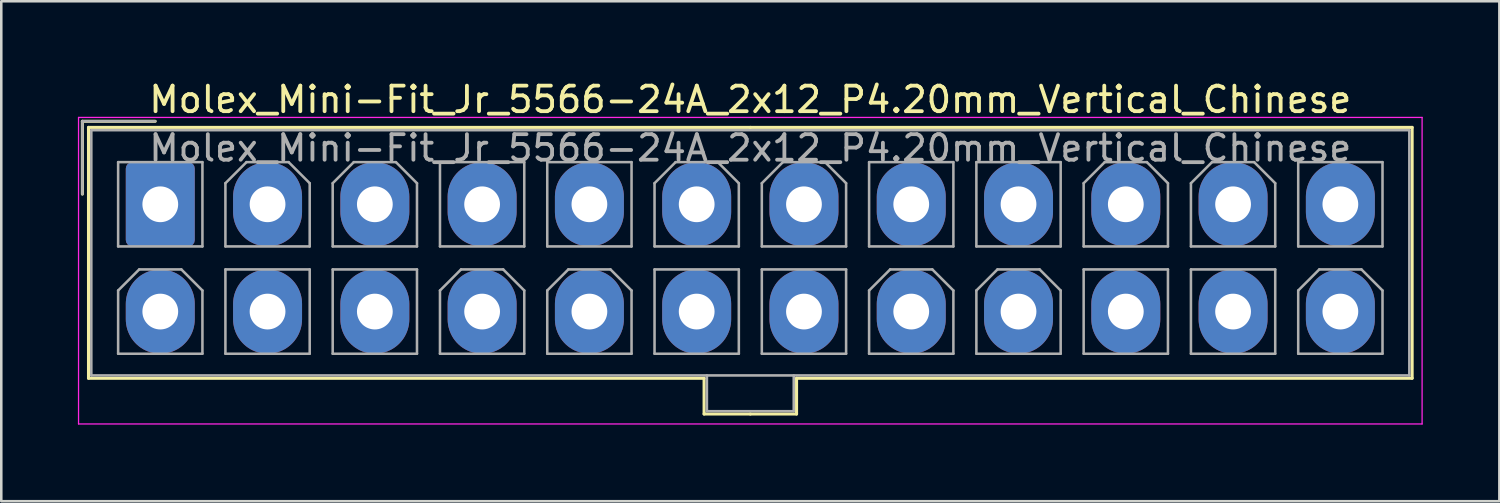
<source format=kicad_pcb>
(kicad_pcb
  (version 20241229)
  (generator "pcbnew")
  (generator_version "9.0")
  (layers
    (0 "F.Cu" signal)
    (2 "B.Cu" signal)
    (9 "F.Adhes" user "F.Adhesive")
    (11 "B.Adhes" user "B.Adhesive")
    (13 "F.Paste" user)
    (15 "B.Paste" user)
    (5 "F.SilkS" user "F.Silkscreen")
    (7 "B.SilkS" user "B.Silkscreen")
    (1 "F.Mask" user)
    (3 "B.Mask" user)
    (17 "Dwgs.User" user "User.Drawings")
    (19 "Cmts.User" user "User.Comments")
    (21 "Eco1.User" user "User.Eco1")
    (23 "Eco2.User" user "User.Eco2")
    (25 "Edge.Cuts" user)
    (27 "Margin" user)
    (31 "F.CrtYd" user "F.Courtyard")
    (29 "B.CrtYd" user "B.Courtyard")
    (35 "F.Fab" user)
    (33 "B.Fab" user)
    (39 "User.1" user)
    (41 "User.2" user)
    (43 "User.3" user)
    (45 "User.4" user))
  (footprint "Molex_Mini-Fit_Jr_5566-24A_2x12_P4.20mm_Vertical_Chinese"
    (layer "F.Cu")
    (at 3.225 4.298)
    (property "Reference" "Molex_Mini-Fit_Jr_5566-24A_2x12_P4.20mm_Vertical_Chinese" (at 23.1 -3.45 0) (layer "F.SilkS") (effects (font (size 1 1) (thickness 0.15))))
    (attr through_hole)
    (fp_line (start -3.05 -2.6) (end -3.05 0.25) (stroke (width 0.12) (type solid)) (layer "F.SilkS"))
    (fp_line (start -2.81 -2.36) (end -2.81 7.46) (stroke (width 0.12) (type solid)) (layer "F.SilkS"))
    (fp_line (start -2.81 7.46) (end 21.29 7.46) (stroke (width 0.12) (type solid)) (layer "F.SilkS"))
    (fp_line (start -0.2 -2.6) (end -3.05 -2.6) (stroke (width 0.12) (type solid)) (layer "F.SilkS"))
    (fp_line (start 21.29 7.46) (end 21.29 8.86) (stroke (width 0.12) (type solid)) (layer "F.SilkS"))
    (fp_line (start 21.29 8.86) (end 23.1 8.86) (stroke (width 0.12) (type solid)) (layer "F.SilkS"))
    (fp_line (start 23.1 -2.36) (end -2.81 -2.36) (stroke (width 0.12) (type solid)) (layer "F.SilkS"))
    (fp_line (start 23.1 -2.36) (end 49.01 -2.36) (stroke (width 0.12) (type solid)) (layer "F.SilkS"))
    (fp_line (start 24.91 7.46) (end 24.91 8.86) (stroke (width 0.12) (type solid)) (layer "F.SilkS"))
    (fp_line (start 24.91 8.86) (end 23.1 8.86) (stroke (width 0.12) (type solid)) (layer "F.SilkS"))
    (fp_line (start 49.01 -2.36) (end 49.01 7.46) (stroke (width 0.12) (type solid)) (layer "F.SilkS"))
    (fp_line (start 49.01 7.46) (end 24.91 7.46) (stroke (width 0.12) (type solid)) (layer "F.SilkS"))
    (fp_line (start -3.2 -2.75) (end -3.2 9.25) (stroke (width 0.05) (type solid)) (layer "F.CrtYd"))
    (fp_line (start -3.2 9.25) (end 49.4 9.25) (stroke (width 0.05) (type solid)) (layer "F.CrtYd"))
    (fp_line (start 49.4 -2.75) (end -3.2 -2.75) (stroke (width 0.05) (type solid)) (layer "F.CrtYd"))
    (fp_line (start 49.4 9.25) (end 49.4 -2.75) (stroke (width 0.05) (type solid)) (layer "F.CrtYd"))
    (fp_line (start -3.05 -2.6) (end -3.05 0.25) (stroke (width 0.1) (type solid)) (layer "F.Fab"))
    (fp_line (start -2.7 -2.25) (end -2.7 7.35) (stroke (width 0.1) (type solid)) (layer "F.Fab"))
    (fp_line (start -2.7 7.35) (end 48.9 7.35) (stroke (width 0.1) (type solid)) (layer "F.Fab"))
    (fp_line (start -1.65 -1) (end -1.65 2.3) (stroke (width 0.1) (type solid)) (layer "F.Fab"))
    (fp_line (start -1.65 2.3) (end 1.65 2.3) (stroke (width 0.1) (type solid)) (layer "F.Fab"))
    (fp_line (start -1.65 4.025) (end -0.825 3.2) (stroke (width 0.1) (type solid)) (layer "F.Fab"))
    (fp_line (start -1.65 6.5) (end -1.65 4.025) (stroke (width 0.1) (type solid)) (layer "F.Fab"))
    (fp_line (start -0.825 3.2) (end 0.825 3.2) (stroke (width 0.1) (type solid)) (layer "F.Fab"))
    (fp_line (start -0.2 -2.6) (end -3.05 -2.6) (stroke (width 0.1) (type solid)) (layer "F.Fab"))
    (fp_line (start 0.825 3.2) (end 1.65 4.025) (stroke (width 0.1) (type solid)) (layer "F.Fab"))
    (fp_line (start 1.65 -1) (end -1.65 -1) (stroke (width 0.1) (type solid)) (layer "F.Fab"))
    (fp_line (start 1.65 2.3) (end 1.65 -1) (stroke (width 0.1) (type solid)) (layer "F.Fab"))
    (fp_line (start 1.65 4.025) (end 1.65 6.5) (stroke (width 0.1) (type solid)) (layer "F.Fab"))
    (fp_line (start 1.65 6.5) (end -1.65 6.5) (stroke (width 0.1) (type solid)) (layer "F.Fab"))
    (fp_line (start 2.55 -0.175) (end 3.375 -1) (stroke (width 0.1) (type solid)) (layer "F.Fab"))
    (fp_line (start 2.55 2.3) (end 2.55 -0.175) (stroke (width 0.1) (type solid)) (layer "F.Fab"))
    (fp_line (start 2.55 3.2) (end 2.55 6.5) (stroke (width 0.1) (type solid)) (layer "F.Fab"))
    (fp_line (start 2.55 6.5) (end 5.85 6.5) (stroke (width 0.1) (type solid)) (layer "F.Fab"))
    (fp_line (start 3.375 -1) (end 5.025 -1) (stroke (width 0.1) (type solid)) (layer "F.Fab"))
    (fp_line (start 5.025 -1) (end 5.85 -0.175) (stroke (width 0.1) (type solid)) (layer "F.Fab"))
    (fp_line (start 5.85 -0.175) (end 5.85 2.3) (stroke (width 0.1) (type solid)) (layer "F.Fab"))
    (fp_line (start 5.85 2.3) (end 2.55 2.3) (stroke (width 0.1) (type solid)) (layer "F.Fab"))
    (fp_line (start 5.85 3.2) (end 2.55 3.2) (stroke (width 0.1) (type solid)) (layer "F.Fab"))
    (fp_line (start 5.85 6.5) (end 5.85 3.2) (stroke (width 0.1) (type solid)) (layer "F.Fab"))
    (fp_line (start 6.75 -0.175) (end 7.575 -1) (stroke (width 0.1) (type solid)) (layer "F.Fab"))
    (fp_line (start 6.75 2.3) (end 6.75 -0.175) (stroke (width 0.1) (type solid)) (layer "F.Fab"))
    (fp_line (start 6.75 3.2) (end 6.75 6.5) (stroke (width 0.1) (type solid)) (layer "F.Fab"))
    (fp_line (start 6.75 6.5) (end 10.05 6.5) (stroke (width 0.1) (type solid)) (layer "F.Fab"))
    (fp_line (start 7.575 -1) (end 9.225 -1) (stroke (width 0.1) (type solid)) (layer "F.Fab"))
    (fp_line (start 9.225 -1) (end 10.05 -0.175) (stroke (width 0.1) (type solid)) (layer "F.Fab"))
    (fp_line (start 10.05 -0.175) (end 10.05 2.3) (stroke (width 0.1) (type solid)) (layer "F.Fab"))
    (fp_line (start 10.05 2.3) (end 6.75 2.3) (stroke (width 0.1) (type solid)) (layer "F.Fab"))
    (fp_line (start 10.05 3.2) (end 6.75 3.2) (stroke (width 0.1) (type solid)) (layer "F.Fab"))
    (fp_line (start 10.05 6.5) (end 10.05 3.2) (stroke (width 0.1) (type solid)) (layer "F.Fab"))
    (fp_line (start 10.95 -1) (end 10.95 2.3) (stroke (width 0.1) (type solid)) (layer "F.Fab"))
    (fp_line (start 10.95 2.3) (end 14.25 2.3) (stroke (width 0.1) (type solid)) (layer "F.Fab"))
    (fp_line (start 10.95 4.025) (end 11.775 3.2) (stroke (width 0.1) (type solid)) (layer "F.Fab"))
    (fp_line (start 10.95 6.5) (end 10.95 4.025) (stroke (width 0.1) (type solid)) (layer "F.Fab"))
    (fp_line (start 11.775 3.2) (end 13.425 3.2) (stroke (width 0.1) (type solid)) (layer "F.Fab"))
    (fp_line (start 13.425 3.2) (end 14.25 4.025) (stroke (width 0.1) (type solid)) (layer "F.Fab"))
    (fp_line (start 14.25 -1) (end 10.95 -1) (stroke (width 0.1) (type solid)) (layer "F.Fab"))
    (fp_line (start 14.25 2.3) (end 14.25 -1) (stroke (width 0.1) (type solid)) (layer "F.Fab"))
    (fp_line (start 14.25 4.025) (end 14.25 6.5) (stroke (width 0.1) (type solid)) (layer "F.Fab"))
    (fp_line (start 14.25 6.5) (end 10.95 6.5) (stroke (width 0.1) (type solid)) (layer "F.Fab"))
    (fp_line (start 15.15 -1) (end 15.15 2.3) (stroke (width 0.1) (type solid)) (layer "F.Fab"))
    (fp_line (start 15.15 2.3) (end 18.45 2.3) (stroke (width 0.1) (type solid)) (layer "F.Fab"))
    (fp_line (start 15.15 4.025) (end 15.975 3.2) (stroke (width 0.1) (type solid)) (layer "F.Fab"))
    (fp_line (start 15.15 6.5) (end 15.15 4.025) (stroke (width 0.1) (type solid)) (layer "F.Fab"))
    (fp_line (start 15.975 3.2) (end 17.625 3.2) (stroke (width 0.1) (type solid)) (layer "F.Fab"))
    (fp_line (start 17.625 3.2) (end 18.45 4.025) (stroke (width 0.1) (type solid)) (layer "F.Fab"))
    (fp_line (start 18.45 -1) (end 15.15 -1) (stroke (width 0.1) (type solid)) (layer "F.Fab"))
    (fp_line (start 18.45 2.3) (end 18.45 -1) (stroke (width 0.1) (type solid)) (layer "F.Fab"))
    (fp_line (start 18.45 4.025) (end 18.45 6.5) (stroke (width 0.1) (type solid)) (layer "F.Fab"))
    (fp_line (start 18.45 6.5) (end 15.15 6.5) (stroke (width 0.1) (type solid)) (layer "F.Fab"))
    (fp_line (start 19.35 -0.175) (end 20.175 -1) (stroke (width 0.1) (type solid)) (layer "F.Fab"))
    (fp_line (start 19.35 2.3) (end 19.35 -0.175) (stroke (width 0.1) (type solid)) (layer "F.Fab"))
    (fp_line (start 19.35 3.2) (end 19.35 6.5) (stroke (width 0.1) (type solid)) (layer "F.Fab"))
    (fp_line (start 19.35 6.5) (end 22.65 6.5) (stroke (width 0.1) (type solid)) (layer "F.Fab"))
    (fp_line (start 20.175 -1) (end 21.825 -1) (stroke (width 0.1) (type solid)) (layer "F.Fab"))
    (fp_line (start 21.4 7.35) (end 21.4 8.75) (stroke (width 0.1) (type solid)) (layer "F.Fab"))
    (fp_line (start 21.4 8.75) (end 24.8 8.75) (stroke (width 0.1) (type solid)) (layer "F.Fab"))
    (fp_line (start 21.825 -1) (end 22.65 -0.175) (stroke (width 0.1) (type solid)) (layer "F.Fab"))
    (fp_line (start 22.65 -0.175) (end 22.65 2.3) (stroke (width 0.1) (type solid)) (layer "F.Fab"))
    (fp_line (start 22.65 2.3) (end 19.35 2.3) (stroke (width 0.1) (type solid)) (layer "F.Fab"))
    (fp_line (start 22.65 3.2) (end 19.35 3.2) (stroke (width 0.1) (type solid)) (layer "F.Fab"))
    (fp_line (start 22.65 6.5) (end 22.65 3.2) (stroke (width 0.1) (type solid)) (layer "F.Fab"))
    (fp_line (start 23.55 -0.175) (end 24.375 -1) (stroke (width 0.1) (type solid)) (layer "F.Fab"))
    (fp_line (start 23.55 2.3) (end 23.55 -0.175) (stroke (width 0.1) (type solid)) (layer "F.Fab"))
    (fp_line (start 23.55 3.2) (end 23.55 6.5) (stroke (width 0.1) (type solid)) (layer "F.Fab"))
    (fp_line (start 23.55 6.5) (end 26.85 6.5) (stroke (width 0.1) (type solid)) (layer "F.Fab"))
    (fp_line (start 24.375 -1) (end 26.025 -1) (stroke (width 0.1) (type solid)) (layer "F.Fab"))
    (fp_line (start 24.8 8.75) (end 24.8 7.35) (stroke (width 0.1) (type solid)) (layer "F.Fab"))
    (fp_line (start 26.025 -1) (end 26.85 -0.175) (stroke (width 0.1) (type solid)) (layer "F.Fab"))
    (fp_line (start 26.85 -0.175) (end 26.85 2.3) (stroke (width 0.1) (type solid)) (layer "F.Fab"))
    (fp_line (start 26.85 2.3) (end 23.55 2.3) (stroke (width 0.1) (type solid)) (layer "F.Fab"))
    (fp_line (start 26.85 3.2) (end 23.55 3.2) (stroke (width 0.1) (type solid)) (layer "F.Fab"))
    (fp_line (start 26.85 6.5) (end 26.85 3.2) (stroke (width 0.1) (type solid)) (layer "F.Fab"))
    (fp_line (start 27.75 -1) (end 27.75 2.3) (stroke (width 0.1) (type solid)) (layer "F.Fab"))
    (fp_line (start 27.75 2.3) (end 31.05 2.3) (stroke (width 0.1) (type solid)) (layer "F.Fab"))
    (fp_line (start 27.75 4.025) (end 28.575 3.2) (stroke (width 0.1) (type solid)) (layer "F.Fab"))
    (fp_line (start 27.75 6.5) (end 27.75 4.025) (stroke (width 0.1) (type solid)) (layer "F.Fab"))
    (fp_line (start 28.575 3.2) (end 30.225 3.2) (stroke (width 0.1) (type solid)) (layer "F.Fab"))
    (fp_line (start 30.225 3.2) (end 31.05 4.025) (stroke (width 0.1) (type solid)) (layer "F.Fab"))
    (fp_line (start 31.05 -1) (end 27.75 -1) (stroke (width 0.1) (type solid)) (layer "F.Fab"))
    (fp_line (start 31.05 2.3) (end 31.05 -1) (stroke (width 0.1) (type solid)) (layer "F.Fab"))
    (fp_line (start 31.05 4.025) (end 31.05 6.5) (stroke (width 0.1) (type solid)) (layer "F.Fab"))
    (fp_line (start 31.05 6.5) (end 27.75 6.5) (stroke (width 0.1) (type solid)) (layer "F.Fab"))
    (fp_line (start 31.95 -1) (end 31.95 2.3) (stroke (width 0.1) (type solid)) (layer "F.Fab"))
    (fp_line (start 31.95 2.3) (end 35.25 2.3) (stroke (width 0.1) (type solid)) (layer "F.Fab"))
    (fp_line (start 31.95 4.025) (end 32.775 3.2) (stroke (width 0.1) (type solid)) (layer "F.Fab"))
    (fp_line (start 31.95 6.5) (end 31.95 4.025) (stroke (width 0.1) (type solid)) (layer "F.Fab"))
    (fp_line (start 32.775 3.2) (end 34.425 3.2) (stroke (width 0.1) (type solid)) (layer "F.Fab"))
    (fp_line (start 34.425 3.2) (end 35.25 4.025) (stroke (width 0.1) (type solid)) (layer "F.Fab"))
    (fp_line (start 35.25 -1) (end 31.95 -1) (stroke (width 0.1) (type solid)) (layer "F.Fab"))
    (fp_line (start 35.25 2.3) (end 35.25 -1) (stroke (width 0.1) (type solid)) (layer "F.Fab"))
    (fp_line (start 35.25 4.025) (end 35.25 6.5) (stroke (width 0.1) (type solid)) (layer "F.Fab"))
    (fp_line (start 35.25 6.5) (end 31.95 6.5) (stroke (width 0.1) (type solid)) (layer "F.Fab"))
    (fp_line (start 36.15 -0.175) (end 36.975 -1) (stroke (width 0.1) (type solid)) (layer "F.Fab"))
    (fp_line (start 36.15 2.3) (end 36.15 -0.175) (stroke (width 0.1) (type solid)) (layer "F.Fab"))
    (fp_line (start 36.15 3.2) (end 36.15 6.5) (stroke (width 0.1) (type solid)) (layer "F.Fab"))
    (fp_line (start 36.15 6.5) (end 39.45 6.5) (stroke (width 0.1) (type solid)) (layer "F.Fab"))
    (fp_line (start 36.975 -1) (end 38.625 -1) (stroke (width 0.1) (type solid)) (layer "F.Fab"))
    (fp_line (start 38.625 -1) (end 39.45 -0.175) (stroke (width 0.1) (type solid)) (layer "F.Fab"))
    (fp_line (start 39.45 -0.175) (end 39.45 2.3) (stroke (width 0.1) (type solid)) (layer "F.Fab"))
    (fp_line (start 39.45 2.3) (end 36.15 2.3) (stroke (width 0.1) (type solid)) (layer "F.Fab"))
    (fp_line (start 39.45 3.2) (end 36.15 3.2) (stroke (width 0.1) (type solid)) (layer "F.Fab"))
    (fp_line (start 39.45 6.5) (end 39.45 3.2) (stroke (width 0.1) (type solid)) (layer "F.Fab"))
    (fp_line (start 40.35 -0.175) (end 41.175 -1) (stroke (width 0.1) (type solid)) (layer "F.Fab"))
    (fp_line (start 40.35 2.3) (end 40.35 -0.175) (stroke (width 0.1) (type solid)) (layer "F.Fab"))
    (fp_line (start 40.35 3.2) (end 40.35 6.5) (stroke (width 0.1) (type solid)) (layer "F.Fab"))
    (fp_line (start 40.35 6.5) (end 43.65 6.5) (stroke (width 0.1) (type solid)) (layer "F.Fab"))
    (fp_line (start 41.175 -1) (end 42.825 -1) (stroke (width 0.1) (type solid)) (layer "F.Fab"))
    (fp_line (start 42.825 -1) (end 43.65 -0.175) (stroke (width 0.1) (type solid)) (layer "F.Fab"))
    (fp_line (start 43.65 -0.175) (end 43.65 2.3) (stroke (width 0.1) (type solid)) (layer "F.Fab"))
    (fp_line (start 43.65 2.3) (end 40.35 2.3) (stroke (width 0.1) (type solid)) (layer "F.Fab"))
    (fp_line (start 43.65 3.2) (end 40.35 3.2) (stroke (width 0.1) (type solid)) (layer "F.Fab"))
    (fp_line (start 43.65 6.5) (end 43.65 3.2) (stroke (width 0.1) (type solid)) (layer "F.Fab"))
    (fp_line (start 44.55 -1) (end 44.55 2.3) (stroke (width 0.1) (type solid)) (layer "F.Fab"))
    (fp_line (start 44.55 2.3) (end 47.85 2.3) (stroke (width 0.1) (type solid)) (layer "F.Fab"))
    (fp_line (start 44.55 4.025) (end 45.375 3.2) (stroke (width 0.1) (type solid)) (layer "F.Fab"))
    (fp_line (start 44.55 6.5) (end 44.55 4.025) (stroke (width 0.1) (type solid)) (layer "F.Fab"))
    (fp_line (start 45.375 3.2) (end 47.025 3.2) (stroke (width 0.1) (type solid)) (layer "F.Fab"))
    (fp_line (start 47.025 3.2) (end 47.85 4.025) (stroke (width 0.1) (type solid)) (layer "F.Fab"))
    (fp_line (start 47.85 -1) (end 44.55 -1) (stroke (width 0.1) (type solid)) (layer "F.Fab"))
    (fp_line (start 47.85 2.3) (end 47.85 -1) (stroke (width 0.1) (type solid)) (layer "F.Fab"))
    (fp_line (start 47.85 4.025) (end 47.85 6.5) (stroke (width 0.1) (type solid)) (layer "F.Fab"))
    (fp_line (start 47.85 6.5) (end 44.55 6.5) (stroke (width 0.1) (type solid)) (layer "F.Fab"))
    (fp_line (start 48.9 -2.25) (end -2.7 -2.25) (stroke (width 0.1) (type solid)) (layer "F.Fab"))
    (fp_line (start 48.9 7.35) (end 48.9 -2.25) (stroke (width 0.1) (type solid)) (layer "F.Fab"))
    (fp_text user "${REFERENCE}" (at 23.1 -1.55 0) (layer "F.Fab") (effects (font (size 1 1) (thickness 0.15))))
    (pad "1" thru_hole roundrect (at 0 0.65) (size 2.7 3.3) (drill 1.4) (layers "*.Cu" "*.Mask") (roundrect_rratio 0.093))
    (pad "2" thru_hole oval (at 4.2 0.65) (size 2.7 3.3) (drill 1.4) (layers "*.Cu" "*.Mask"))
    (pad "3" thru_hole oval (at 8.4 0.65) (size 2.7 3.3) (drill 1.4) (layers "*.Cu" "*.Mask"))
    (pad "4" thru_hole oval (at 12.6 0.65) (size 2.7 3.3) (drill 1.4) (layers "*.Cu" "*.Mask"))
    (pad "5" thru_hole oval (at 16.8 0.65) (size 2.7 3.3) (drill 1.4) (layers "*.Cu" "*.Mask"))
    (pad "6" thru_hole oval (at 21 0.65) (size 2.7 3.3) (drill 1.4) (layers "*.Cu" "*.Mask"))
    (pad "7" thru_hole oval (at 25.2 0.65) (size 2.7 3.3) (drill 1.4) (layers "*.Cu" "*.Mask"))
    (pad "8" thru_hole oval (at 29.4 0.65) (size 2.7 3.3) (drill 1.4) (layers "*.Cu" "*.Mask"))
    (pad "9" thru_hole oval (at 33.6 0.65) (size 2.7 3.3) (drill 1.4) (layers "*.Cu" "*.Mask"))
    (pad "10" thru_hole oval (at 37.8 0.65) (size 2.7 3.3) (drill 1.4) (layers "*.Cu" "*.Mask"))
    (pad "11" thru_hole oval (at 42 0.65) (size 2.7 3.3) (drill 1.4) (layers "*.Cu" "*.Mask"))
    (pad "12" thru_hole oval (at 46.2 0.65) (size 2.7 3.3) (drill 1.4) (layers "*.Cu" "*.Mask"))
    (pad "13" thru_hole oval (at 0 4.85) (size 2.7 3.3) (drill 1.4) (layers "*.Cu" "*.Mask"))
    (pad "14" thru_hole oval (at 4.2 4.85) (size 2.7 3.3) (drill 1.4) (layers "*.Cu" "*.Mask"))
    (pad "15" thru_hole oval (at 8.4 4.85) (size 2.7 3.3) (drill 1.4) (layers "*.Cu" "*.Mask"))
    (pad "16" thru_hole oval (at 12.6 4.85) (size 2.7 3.3) (drill 1.4) (layers "*.Cu" "*.Mask"))
    (pad "17" thru_hole oval (at 16.8 4.85) (size 2.7 3.3) (drill 1.4) (layers "*.Cu" "*.Mask"))
    (pad "18" thru_hole oval (at 21 4.85) (size 2.7 3.3) (drill 1.4) (layers "*.Cu" "*.Mask"))
    (pad "19" thru_hole oval (at 25.2 4.85) (size 2.7 3.3) (drill 1.4) (layers "*.Cu" "*.Mask"))
    (pad "20" thru_hole oval (at 29.4 4.85) (size 2.7 3.3) (drill 1.4) (layers "*.Cu" "*.Mask"))
    (pad "21" thru_hole oval (at 33.6 4.85) (size 2.7 3.3) (drill 1.4) (layers "*.Cu" "*.Mask"))
    (pad "22" thru_hole oval (at 37.8 4.85) (size 2.7 3.3) (drill 1.4) (layers "*.Cu" "*.Mask"))
    (pad "23" thru_hole oval (at 42 4.85) (size 2.7 3.3) (drill 1.4) (layers "*.Cu" "*.Mask"))
    (pad "24" thru_hole oval (at 46.2 4.85) (size 2.7 3.3) (drill 1.4) (layers "*.Cu" "*.Mask")))
  (gr_rect
    (start -3 -3)
    (end 55.65 16.573)
    (stroke (width 0.1) (type default))
    (fill no)
    (layer "Edge.Cuts")))
</source>
